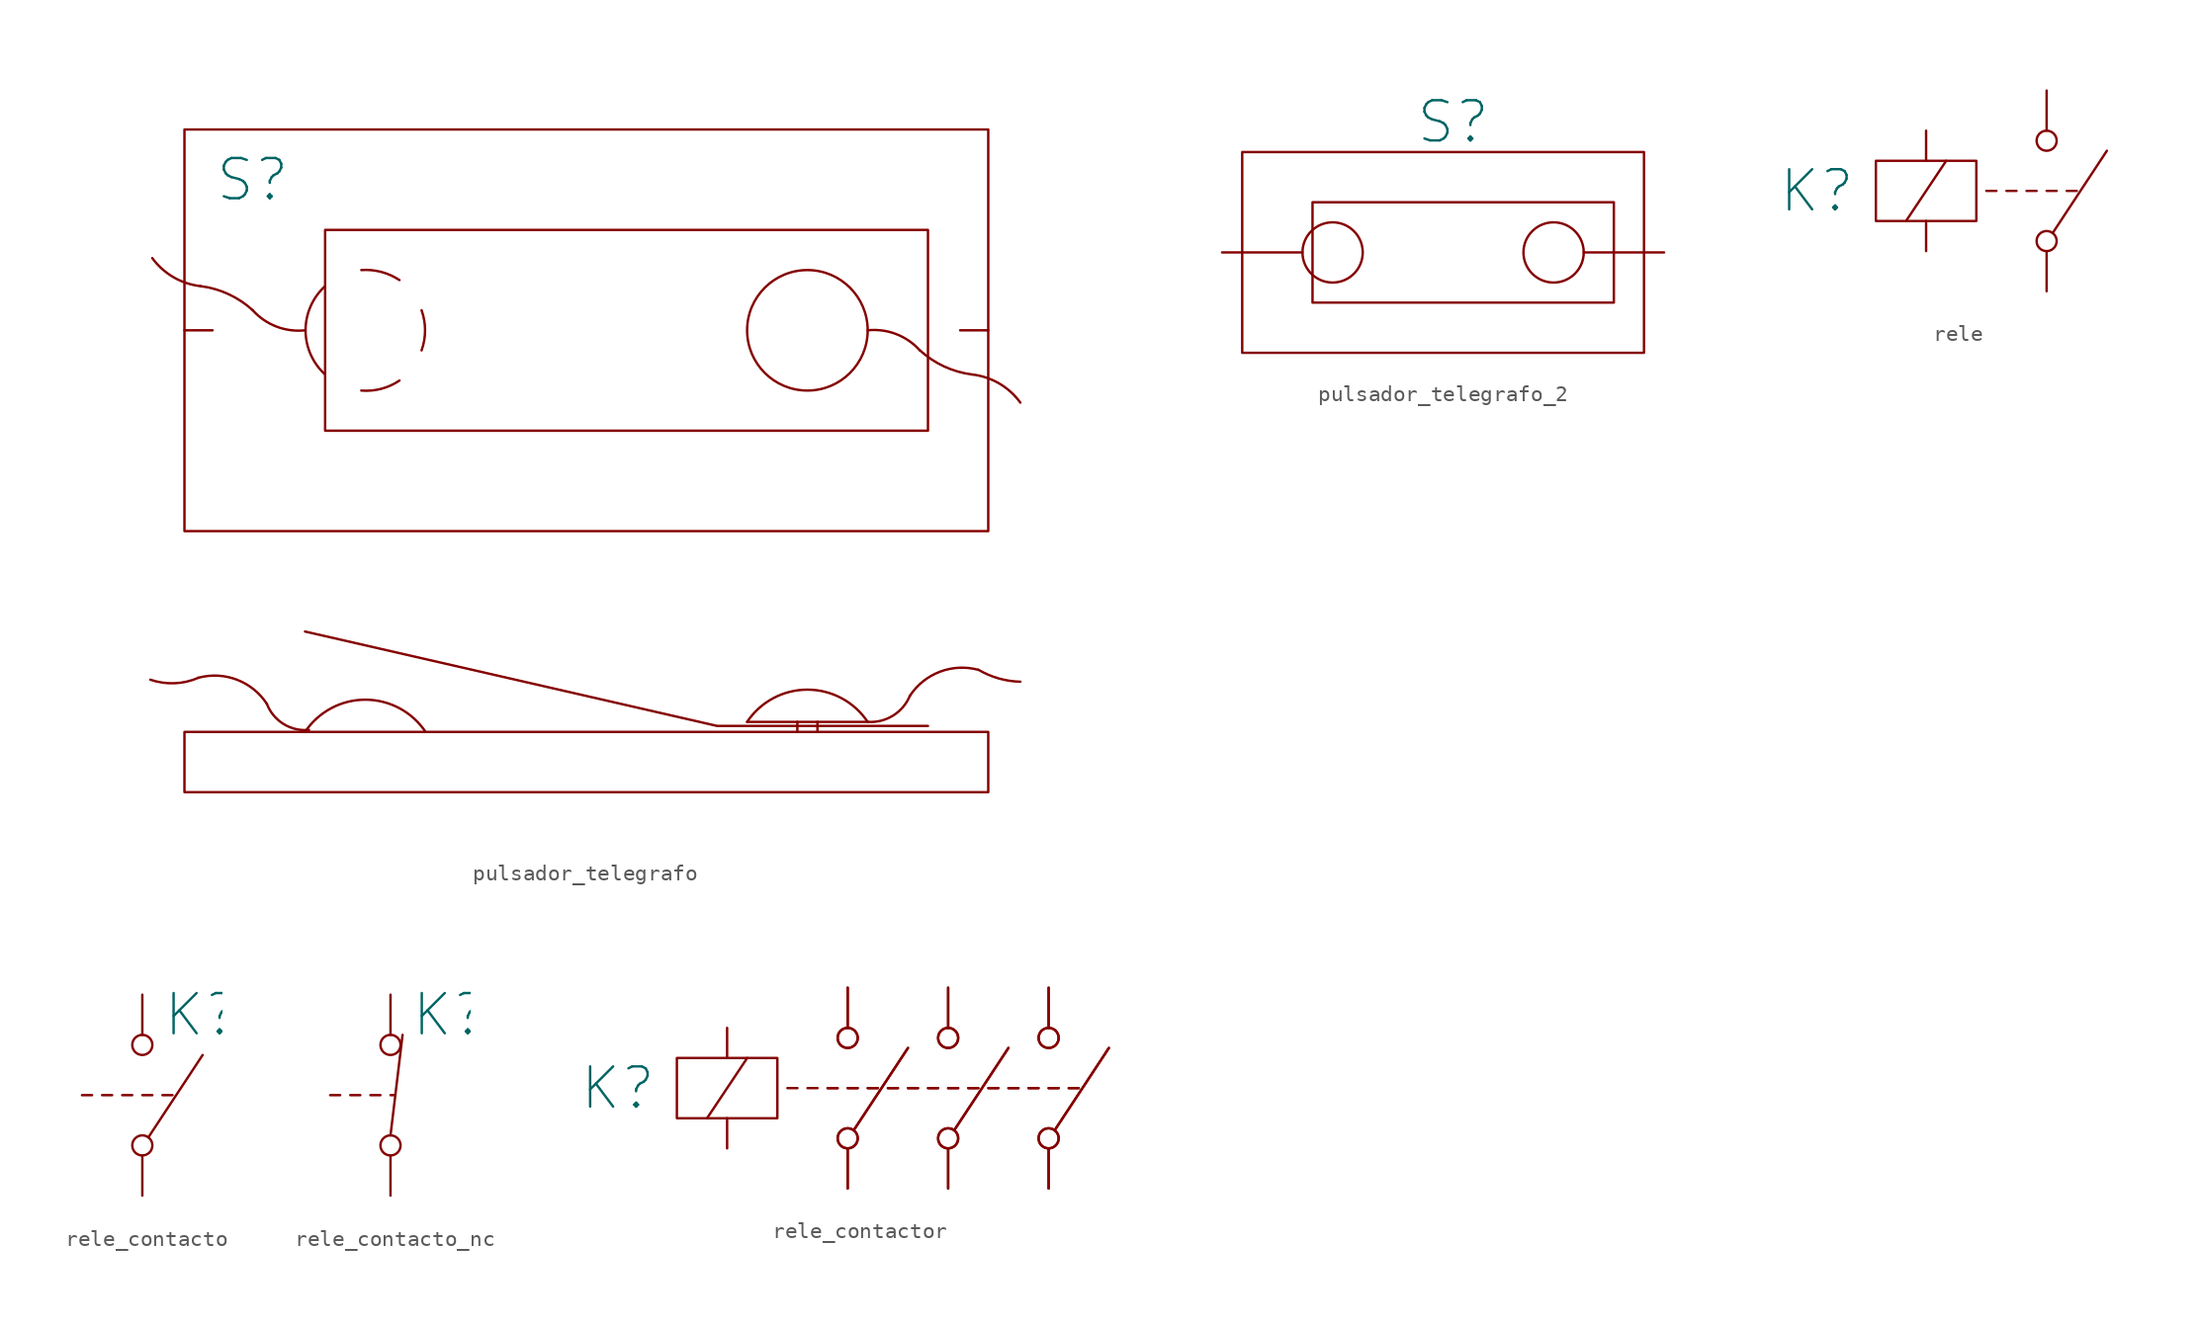
<source format=kicad_sym>
(kicad_symbol_lib
  (version 20220914)
  (generator kicad_symbol_editor)
  (symbol "pulsador_telegrafo"
    (pin_names
      (offset 1.016))
    (property "Reference" "S"
      (at 1.905 9.525 0)
      (effects (font (size 2.54 2.54)) (justify left)))
    (symbol "pulsador_telegrafo_0_1"
      (arc (start -2.159 -22.098) (mid -0.6222 -22.3214) (end 0.889 -21.971) (stroke (width 0) (type default)) (fill (type none)))
      (arc (start -2.032 4.572) (mid -0.6938 3.3613) (end 1.016 2.794) (stroke (width 0) (type default)) (fill (type none)))
      (rectangle (start 0 -25.4) (end 50.8 -29.21) (stroke (width 0) (type default)) (fill (type none)))
      (rectangle (start 0 -12.7) (end 50.8 12.7) (stroke (width 0) (type default)) (fill (type none)))
      (polyline (pts (xy 35.56 -24.765) (xy 43.18 -24.765)) (stroke (width 0) (type default)) (fill (type none)))
      (polyline (pts (xy 38.735 -24.765) (xy 38.735 -25.4)) (stroke (width 0) (type default)) (fill (type none)))
      (polyline (pts (xy 40.005 -24.765) (xy 40.005 -25.4)) (stroke (width 0) (type default)) (fill (type none)))
      (polyline (pts (xy 46.99 -25.019) (xy 33.655 -25.019) (xy 7.62 -19.05)) (stroke (width 0) (type default)) (fill (type none)))
      (arc (start 4.318 1.27) (mid 2.7858 2.2873) (end 1.016 2.794) (stroke (width 0) (type default)) (fill (type none)))
      (arc (start 4.318 1.27) (mid 5.8179 0.2354) (end 7.62 0) (stroke (width 0) (type default)) (fill (type none)))
      (arc (start 5.207 -23.622) (mid 3.3153 -22.0965) (end 0.889 -21.971) (stroke (width 0) (type default)) (fill (type none)))
      (arc (start 5.207 -23.622) (mid 6.2653 -24.8988) (end 7.874 -25.273) (stroke (width 0) (type default)) (fill (type none)))
      (arc (start 8.89 2.794) (mid 7.654 0) (end 8.89 -2.794) (stroke (width 0) (type default)) (fill (type none)))
      (rectangle (start 8.89 6.35) (end 46.99 -6.35) (stroke (width 0) (type default)) (fill (type none)))
      (arc (start 11.176 -3.81) (mid 12.4376 -3.6997) (end 13.589 -3.175) (stroke (width 0) (type default)) (fill (type none)))
      (arc (start 13.589 3.175) (mid 12.4359 3.6931) (end 11.176 3.81) (stroke (width 0) (type default)) (fill (type none)))
      (arc (start 14.986 -1.27) (mid 15.206 0) (end 14.986 1.27) (stroke (width 0) (type default)) (fill (type none)))
      (arc (start 15.24 -25.4) (mid 11.43 -23.3609) (end 7.62 -25.4) (stroke (width 0) (type default)) (fill (type none)))
      (circle (center 39.37 0) (radius 3.81) (stroke (width 0) (type default)) (fill (type none)))
      (arc (start 43.18 -24.765) (mid 39.37 -22.7259) (end 35.56 -24.765) (stroke (width 0) (type default)) (fill (type none)))
      (arc (start 43.18 -24.765) (mid 44.777 -24.3721) (end 45.847 -23.114) (stroke (width 0) (type default)) (fill (type none)))
      (arc (start 46.482 -1.27) (mid 44.9821 -0.2354) (end 43.18 0) (stroke (width 0) (type default)) (fill (type none)))
      (arc (start 46.482 -1.27) (mid 48.0142 -2.2873) (end 49.784 -2.794) (stroke (width 0) (type default)) (fill (type none)))
      (arc (start 50.165 -21.463) (mid 47.7394 -21.5904) (end 45.847 -23.114) (stroke (width 0) (type default)) (fill (type none)))
      (arc (start 50.165 -21.463) (mid 51.4494 -22.0148) (end 52.832 -22.225) (stroke (width 0) (type default)) (fill (type none)))
      (arc (start 52.832 -4.572) (mid 51.4938 -3.3613) (end 49.784 -2.794) (stroke (width 0) (type default)) (fill (type none))))
    (symbol "pulsador_telegrafo_1_1"
      (pin input line (at 0 0 0) (length 1.778) (name "" (effects (font (size 1.27 1.27)))) (number "" (effects (font (size 1.143 1.143)))))
      (pin input line (at 50.8 0 180) (length 1.778) (name "" (effects (font (size 1.27 1.27)))) (number "" (effects (font (size 1.143 1.143)))))))
  (symbol "pulsador_telegrafo_2"
    (pin_names
      (offset 1.016))
    (property "Reference" "S"
      (at 14.605 8.255 0)
      (effects (font (size 2.54 2.54))))
    (symbol "pulsador_telegrafo_2_0_1"
      (rectangle (start 1.27 6.35) (end 26.67 -6.35) (stroke (width 0) (type default)) (fill (type none)))
      (rectangle (start 5.715 3.175) (end 24.765 -3.175) (stroke (width 0) (type default)) (fill (type none)))
      (circle (center 6.985 0) (radius 1.905) (stroke (width 0) (type default)) (fill (type none)))
      (circle (center 20.955 0) (radius 1.905) (stroke (width 0) (type default)) (fill (type none))))
    (symbol "pulsador_telegrafo_2_1_1"
      (pin input line (at 0 0 0) (length 5.08) (name "" (effects (font (size 1.27 1.27)))) (number "" (effects (font (size 1.143 1.143)))))
      (pin input line (at 27.94 0 180) (length 5.08) (name "" (effects (font (size 1.27 1.27)))) (number "" (effects (font (size 1.143 1.143)))))))
  (symbol "rele"
    (pin_names
      (offset 1.016))
    (property "Reference" "K"
      (at -4.445 -3.81 0)
      (effects (font (size 2.54 2.54)) (justify right)))
    (symbol "rele_0_0"
      (rectangle (start -3.175 -1.905) (end 3.175 -5.715) (stroke (width 0) (type default)) (fill (type none)))
      (polyline (pts (xy 1.27 -1.905) (xy -1.27 -5.715)) (stroke (width 0) (type default)) (fill (type none)))
      (polyline (pts (xy 3.81 -3.81) (xy 4.445 -3.81)) (stroke (width 0) (type default)) (fill (type none)))
      (polyline (pts (xy 5.08 -3.81) (xy 5.715 -3.81)) (stroke (width 0) (type default)) (fill (type none)))
      (polyline (pts (xy 6.35 -3.81) (xy 6.985 -3.81)) (stroke (width 0) (type default)) (fill (type none)))
      (polyline (pts (xy 7.62 -3.81) (xy 8.255 -3.81)) (stroke (width 0) (type default)) (fill (type none)))
      (polyline (pts (xy 8.89 -3.81) (xy 9.525 -3.81)) (stroke (width 0) (type default)) (fill (type none))))
    (symbol "rele_1_0"
      (polyline (pts (xy 11.43 -1.27) (xy 8.001 -6.477)) (stroke (width 0) (type default)) (fill (type none)))
      (circle (center 7.62 -6.985) (radius 0.635) (stroke (width 0) (type default)) (fill (type none)))
      (circle (center 7.62 -0.635) (radius 0.635) (stroke (width 0) (type default)) (fill (type none))))
    (symbol "rele_1_1"
      (pin input line (at 0 -7.62 90) (length 1.905) (name "" (effects (font (size 1.27 1.27)))) (number "" (effects (font (size 1.143 1.143)))))
      (pin input line (at 0 0 270) (length 1.905) (name "" (effects (font (size 1.27 1.27)))) (number "" (effects (font (size 1.143 1.143)))))
      (pin input line (at 7.62 -10.16 90) (length 2.54) (name "" (effects (font (size 1.27 1.27)))) (number "" (effects (font (size 1.143 1.143)))))
      (pin input line (at 7.62 2.54 270) (length 2.54) (name "" (effects (font (size 1.27 1.27)))) (number "" (effects (font (size 1.143 1.143)))))))
  (symbol "rele_contacto"
    (pin_names
      (offset 1.016))
    (property "Reference" "K"
      (at 1.27 -1.27 0)
      (effects (font (size 2.54 2.54)) (justify left)))
    (symbol "rele_contacto_0_0"
      (polyline (pts (xy -3.81 -6.35) (xy -3.175 -6.35)) (stroke (width 0) (type default)) (fill (type none)))
      (polyline (pts (xy -2.54 -6.35) (xy -1.905 -6.35)) (stroke (width 0) (type default)) (fill (type none)))
      (polyline (pts (xy -1.27 -6.35) (xy -0.635 -6.35)) (stroke (width 0) (type default)) (fill (type none)))
      (polyline (pts (xy 0 -6.35) (xy 0.635 -6.35)) (stroke (width 0) (type default)) (fill (type none)))
      (polyline (pts (xy 1.27 -6.35) (xy 1.905 -6.35)) (stroke (width 0) (type default)) (fill (type none))))
    (symbol "rele_contacto_1_0"
      (circle (center 0 -9.525) (radius 0.635) (stroke (width 0) (type default)) (fill (type none)))
      (circle (center 0 -3.175) (radius 0.635) (stroke (width 0) (type default)) (fill (type none)))
      (polyline (pts (xy 3.81 -3.81) (xy 0.381 -9.017)) (stroke (width 0) (type default)) (fill (type none))))
    (symbol "rele_contacto_1_1"
      (pin input line (at 0 -12.7 90) (length 2.54) (name "" (effects (font (size 1.27 1.27)))) (number "" (effects (font (size 1.143 1.143)))))
      (pin input line (at 0 0 270) (length 2.54) (name "" (effects (font (size 1.27 1.27)))) (number "" (effects (font (size 1.143 1.143)))))))
  (symbol "rele_contacto_nc"
    (pin_names
      (offset 1.016))
    (property "Reference" "K"
      (at 1.27 -1.27 0)
      (effects (font (size 2.54 2.54)) (justify left)))
    (symbol "rele_contacto_nc_0_0"
      (polyline (pts (xy -3.81 -6.35) (xy -3.175 -6.35)) (stroke (width 0) (type default)) (fill (type none)))
      (polyline (pts (xy -2.54 -6.35) (xy -1.905 -6.35)) (stroke (width 0) (type default)) (fill (type none)))
      (polyline (pts (xy -1.27 -6.35) (xy -0.635 -6.35)) (stroke (width 0) (type default)) (fill (type none))))
    (symbol "rele_contacto_nc_0_1"
      (polyline (pts (xy 0 -8.89) (xy 0.762 -2.54)) (stroke (width 0) (type default)) (fill (type none)))
      (polyline (pts (xy 0 -6.35) (xy 0.254 -6.35)) (stroke (width 0) (type default)) (fill (type none))))
    (symbol "rele_contacto_nc_1_0"
      (circle (center 0 -9.525) (radius 0.635) (stroke (width 0) (type default)) (fill (type none)))
      (circle (center 0 -3.175) (radius 0.635) (stroke (width 0) (type default)) (fill (type none))))
    (symbol "rele_contacto_nc_1_1"
      (pin input line (at 0 -12.7 90) (length 2.54) (name "" (effects (font (size 1.27 1.27)))) (number "" (effects (font (size 1.143 1.143)))))
      (pin input line (at 0 0 270) (length 2.54) (name "" (effects (font (size 1.27 1.27)))) (number "" (effects (font (size 1.143 1.143)))))))
  (symbol "rele_contactor"
    (pin_names
      (offset 1.016))
    (property "Reference" "K"
      (at -4.445 -3.81 0)
      (effects (font (size 2.54 2.54)) (justify right)))
    (symbol "rele_contactor_0_0"
      (rectangle (start -3.175 -1.905) (end 3.175 -5.715) (stroke (width 0) (type default)) (fill (type none)))
      (polyline (pts (xy 1.27 -1.905) (xy -1.27 -5.715)) (stroke (width 0) (type default)) (fill (type none)))
      (polyline (pts (xy 3.81 -3.81) (xy 4.445 -3.81)) (stroke (width 0) (type default)) (fill (type none)))
      (polyline (pts (xy 5.08 -3.81) (xy 5.715 -3.81)) (stroke (width 0) (type default)) (fill (type none)))
      (polyline (pts (xy 6.35 -3.81) (xy 6.985 -3.81)) (stroke (width 0) (type default)) (fill (type none)))
      (polyline (pts (xy 6.35 -3.81) (xy 6.985 -3.81)) (stroke (width 0) (type default)) (fill (type none)))
      (polyline (pts (xy 7.62 -3.81) (xy 8.255 -3.81)) (stroke (width 0) (type default)) (fill (type none)))
      (polyline (pts (xy 7.62 -3.81) (xy 8.255 -3.81)) (stroke (width 0) (type default)) (fill (type none)))
      (polyline (pts (xy 8.89 -3.81) (xy 9.525 -3.81)) (stroke (width 0) (type default)) (fill (type none)))
      (polyline (pts (xy 8.89 -3.81) (xy 9.525 -3.81)) (stroke (width 0) (type default)) (fill (type none)))
      (polyline (pts (xy 10.16 -3.81) (xy 10.795 -3.81)) (stroke (width 0) (type default)) (fill (type none)))
      (polyline (pts (xy 10.16 -3.81) (xy 10.795 -3.81)) (stroke (width 0) (type default)) (fill (type none)))
      (polyline (pts (xy 11.43 -3.81) (xy 12.065 -3.81)) (stroke (width 0) (type default)) (fill (type none)))
      (polyline (pts (xy 11.43 -3.81) (xy 12.065 -3.81)) (stroke (width 0) (type default)) (fill (type none)))
      (polyline (pts (xy 12.7 -3.81) (xy 13.335 -3.81)) (stroke (width 0) (type default)) (fill (type none)))
      (polyline (pts (xy 12.7 -3.81) (xy 13.335 -3.81)) (stroke (width 0) (type default)) (fill (type none)))
      (polyline (pts (xy 13.97 -3.81) (xy 14.605 -3.81)) (stroke (width 0) (type default)) (fill (type none)))
      (polyline (pts (xy 13.97 -3.81) (xy 14.605 -3.81)) (stroke (width 0) (type default)) (fill (type none)))
      (polyline (pts (xy 15.24 -3.81) (xy 15.875 -3.81)) (stroke (width 0) (type default)) (fill (type none)))
      (polyline (pts (xy 15.24 -3.81) (xy 15.875 -3.81)) (stroke (width 0) (type default)) (fill (type none)))
      (polyline (pts (xy 16.51 -3.81) (xy 17.145 -3.81)) (stroke (width 0) (type default)) (fill (type none)))
      (polyline (pts (xy 16.51 -3.81) (xy 17.145 -3.81)) (stroke (width 0) (type default)) (fill (type none)))
      (polyline (pts (xy 17.78 -3.81) (xy 18.415 -3.81)) (stroke (width 0) (type default)) (fill (type none)))
      (polyline (pts (xy 17.78 -3.81) (xy 18.415 -3.81)) (stroke (width 0) (type default)) (fill (type none)))
      (polyline (pts (xy 19.05 -3.81) (xy 19.685 -3.81)) (stroke (width 0) (type default)) (fill (type none)))
      (polyline (pts (xy 19.05 -3.81) (xy 19.685 -3.81)) (stroke (width 0) (type default)) (fill (type none)))
      (polyline (pts (xy 20.32 -3.81) (xy 20.955 -3.81)) (stroke (width 0) (type default)) (fill (type none)))
      (polyline (pts (xy 20.32 -3.81) (xy 20.955 -3.81)) (stroke (width 0) (type default)) (fill (type none)))
      (polyline (pts (xy 21.59 -3.81) (xy 22.225 -3.81)) (stroke (width 0) (type default)) (fill (type none)))
      (polyline (pts (xy 21.59 -3.81) (xy 22.225 -3.81)) (stroke (width 0) (type default)) (fill (type none))))
    (symbol "rele_contactor_1_0"
      (polyline (pts (xy 11.43 -1.27) (xy 8.001 -6.477)) (stroke (width 0) (type default)) (fill (type none)))
      (polyline (pts (xy 11.43 -1.27) (xy 8.001 -6.477)) (stroke (width 0) (type default)) (fill (type none)))
      (polyline (pts (xy 17.78 -1.27) (xy 14.351 -6.477)) (stroke (width 0) (type default)) (fill (type none)))
      (polyline (pts (xy 17.78 -1.27) (xy 14.351 -6.477)) (stroke (width 0) (type default)) (fill (type none)))
      (polyline (pts (xy 24.13 -1.27) (xy 20.701 -6.477)) (stroke (width 0) (type default)) (fill (type none)))
      (polyline (pts (xy 24.13 -1.27) (xy 20.701 -6.477)) (stroke (width 0) (type default)) (fill (type none)))
      (circle (center 7.62 -6.985) (radius 0.635) (stroke (width 0) (type default)) (fill (type none)))
      (circle (center 7.62 -6.985) (radius 0.635) (stroke (width 0) (type default)) (fill (type none)))
      (circle (center 7.62 -0.635) (radius 0.635) (stroke (width 0) (type default)) (fill (type none)))
      (circle (center 7.62 -0.635) (radius 0.635) (stroke (width 0) (type default)) (fill (type none)))
      (circle (center 13.97 -6.985) (radius 0.635) (stroke (width 0) (type default)) (fill (type none)))
      (circle (center 13.97 -6.985) (radius 0.635) (stroke (width 0) (type default)) (fill (type none)))
      (circle (center 13.97 -0.635) (radius 0.635) (stroke (width 0) (type default)) (fill (type none)))
      (circle (center 13.97 -0.635) (radius 0.635) (stroke (width 0) (type default)) (fill (type none)))
      (circle (center 20.32 -6.985) (radius 0.635) (stroke (width 0) (type default)) (fill (type none)))
      (circle (center 20.32 -6.985) (radius 0.635) (stroke (width 0) (type default)) (fill (type none)))
      (circle (center 20.32 -0.635) (radius 0.635) (stroke (width 0) (type default)) (fill (type none)))
      (circle (center 20.32 -0.635) (radius 0.635) (stroke (width 0) (type default)) (fill (type none))))
    (symbol "rele_contactor_1_1"
      (pin input line (at 0 -7.62 90) (length 1.905) (name "" (effects (font (size 1.27 1.27)))) (number "" (effects (font (size 1.143 1.143)))))
      (pin input line (at 0 0 270) (length 1.905) (name "" (effects (font (size 1.27 1.27)))) (number "" (effects (font (size 1.143 1.143)))))
      (pin input line (at 7.62 -10.16 90) (length 2.54) (name "" (effects (font (size 1.27 1.27)))) (number "" (effects (font (size 1.143 1.143)))))
      (pin input line (at 7.62 -10.16 90) (length 2.54) (name "" (effects (font (size 1.27 1.27)))) (number "" (effects (font (size 1.143 1.143)))))
      (pin input line (at 7.62 2.54 270) (length 2.54) (name "" (effects (font (size 1.27 1.27)))) (number "" (effects (font (size 1.143 1.143)))))
      (pin input line (at 7.62 2.54 270) (length 2.54) (name "" (effects (font (size 1.27 1.27)))) (number "" (effects (font (size 1.143 1.143)))))
      (pin input line (at 13.97 -10.16 90) (length 2.54) (name "" (effects (font (size 1.27 1.27)))) (number "" (effects (font (size 1.143 1.143)))))
      (pin input line (at 13.97 -10.16 90) (length 2.54) (name "" (effects (font (size 1.27 1.27)))) (number "" (effects (font (size 1.143 1.143)))))
      (pin input line (at 13.97 2.54 270) (length 2.54) (name "" (effects (font (size 1.27 1.27)))) (number "" (effects (font (size 1.143 1.143)))))
      (pin input line (at 13.97 2.54 270) (length 2.54) (name "" (effects (font (size 1.27 1.27)))) (number "" (effects (font (size 1.143 1.143)))))
      (pin input line (at 20.32 -10.16 90) (length 2.54) (name "" (effects (font (size 1.27 1.27)))) (number "" (effects (font (size 1.143 1.143)))))
      (pin input line (at 20.32 -10.16 90) (length 2.54) (name "" (effects (font (size 1.27 1.27)))) (number "" (effects (font (size 1.143 1.143)))))
      (pin input line (at 20.32 2.54 270) (length 2.54) (name "" (effects (font (size 1.27 1.27)))) (number "" (effects (font (size 1.143 1.143)))))
      (pin input line (at 20.32 2.54 270) (length 2.54) (name "" (effects (font (size 1.27 1.27)))) (number "" (effects (font (size 1.143 1.143))))))))
</source>
